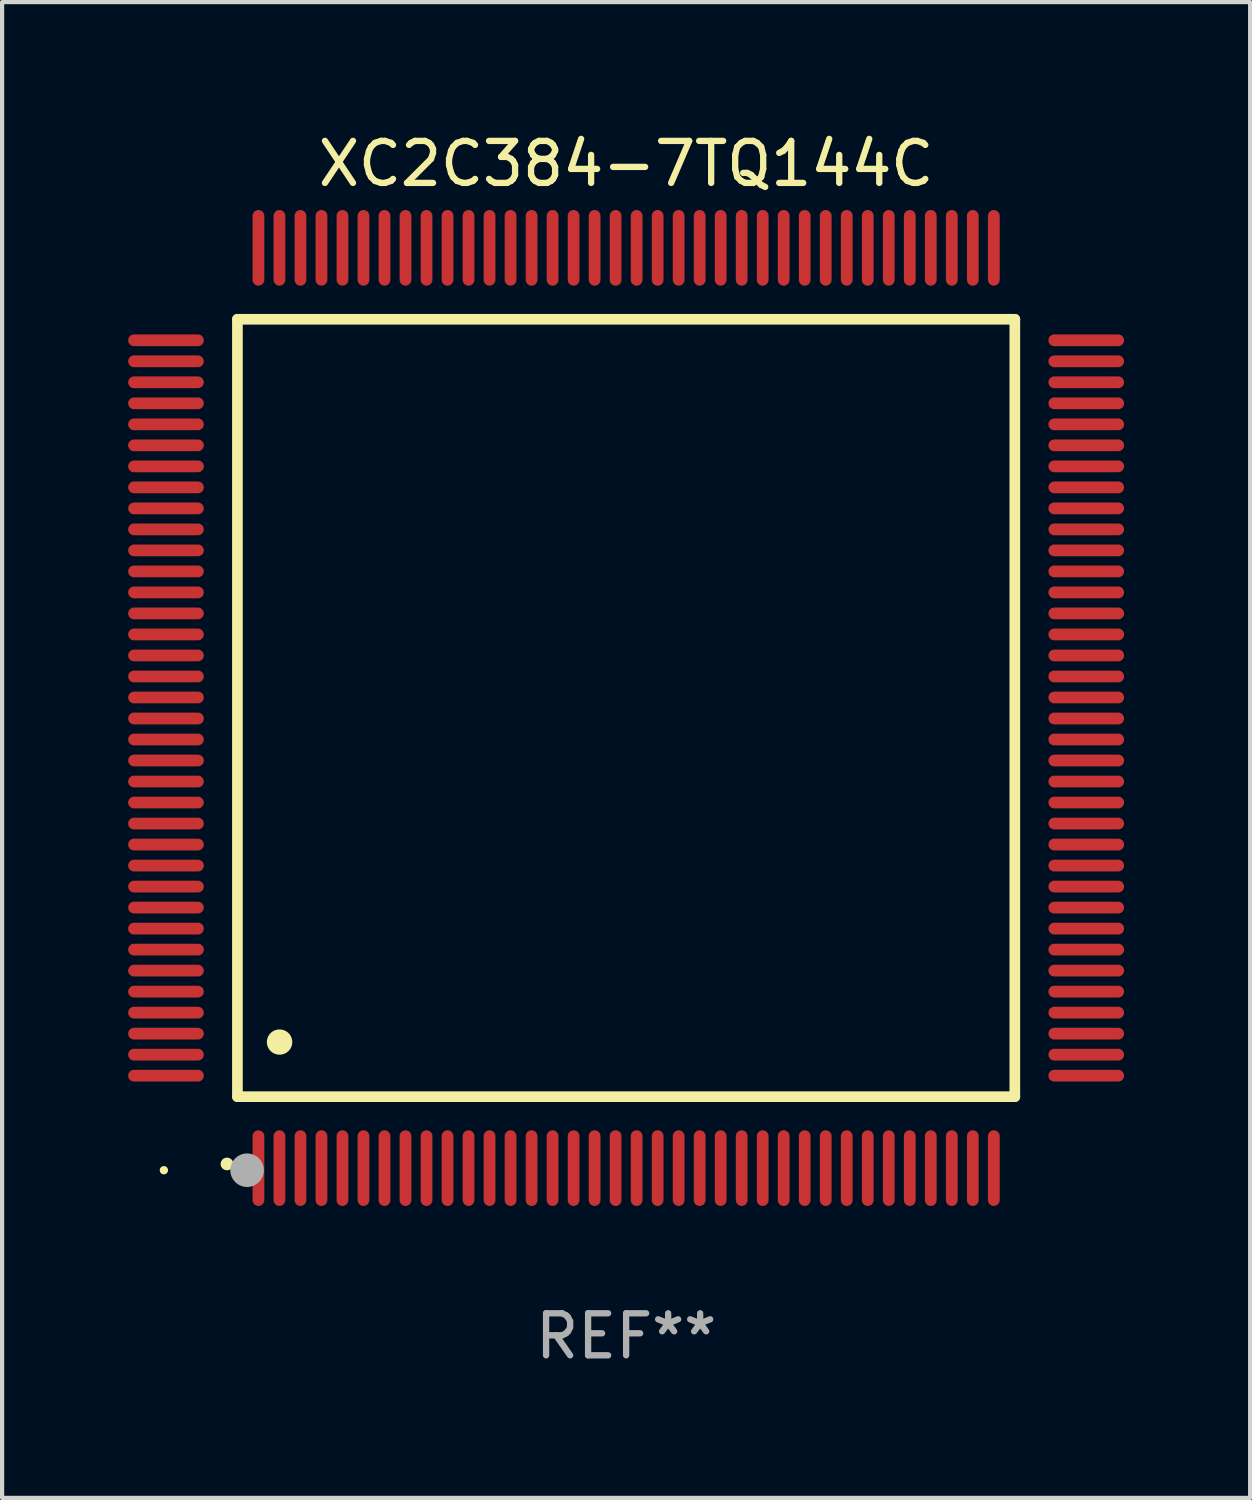
<source format=kicad_pcb>
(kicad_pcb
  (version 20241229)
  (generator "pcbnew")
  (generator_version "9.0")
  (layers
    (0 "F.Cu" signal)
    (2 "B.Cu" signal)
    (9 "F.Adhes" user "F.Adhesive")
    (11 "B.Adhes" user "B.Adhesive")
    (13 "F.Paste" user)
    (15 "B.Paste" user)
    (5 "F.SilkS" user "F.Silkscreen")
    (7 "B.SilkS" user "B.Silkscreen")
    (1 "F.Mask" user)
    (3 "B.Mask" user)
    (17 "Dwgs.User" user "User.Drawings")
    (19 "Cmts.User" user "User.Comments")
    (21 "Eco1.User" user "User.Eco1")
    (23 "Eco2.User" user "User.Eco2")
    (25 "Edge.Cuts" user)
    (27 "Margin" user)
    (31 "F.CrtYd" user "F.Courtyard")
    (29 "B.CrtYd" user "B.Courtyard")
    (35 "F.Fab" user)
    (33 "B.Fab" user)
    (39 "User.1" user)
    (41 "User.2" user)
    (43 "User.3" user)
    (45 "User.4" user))
  (footprint "XC2C384-7TQ144C"
    (layer "F.Cu")
    (at 11.85 13.798)
    (property "Reference" "XC2C384-7TQ144C" (at 0 -12.95 0) (layer "F.SilkS") (effects (font (size 1 1) (thickness 0.15))))
    (attr through_hole)
    (fp_line (start -9.25 -9.25) (end -9.25 9.25) (stroke (width 0.254) (type solid)) (layer "F.SilkS"))
    (fp_line (start -9.25 9.25) (end 9.25 9.25) (stroke (width 0.254) (type solid)) (layer "F.SilkS"))
    (fp_line (start 9.25 -9.25) (end -9.25 -9.25) (stroke (width 0.254) (type solid)) (layer "F.SilkS"))
    (fp_line (start 9.25 9.25) (end 9.25 -9.25) (stroke (width 0.254) (type solid)) (layer "F.SilkS"))
    (fp_arc (start -9.499619 10.850902) (mid -9.498349 10.850897) (end -9.497079 10.850902) (stroke (width 0.3) (type solid)) (layer "F.SilkS"))
    (fp_arc (start -8.249936 7.950216) (mid -8.247396 7.950205) (end -8.244856 7.950216) (stroke (width 0.6) (type solid)) (layer "F.SilkS"))
    (fp_circle (center -11 11) (end -10.95 11) (stroke (width 0.1) (type solid)) (fill no) (layer "F.SilkS"))
    (fp_circle (center -9.02 11) (end -8.82 11) (stroke (width 0.4) (type solid)) (fill no) (layer "F.Fab"))
    (fp_text user "REF**" (at 0 14.95 0) (layer "F.Fab") (effects (font (size 1 1) (thickness 0.15))))
    (pad "1" smd oval (at -8.75 10.95) (size 0.28 1.8) (layers "F.Cu" "F.Mask" "F.Paste"))
    (pad "2" smd oval (at -8.25 10.95) (size 0.28 1.8) (layers "F.Cu" "F.Mask" "F.Paste"))
    (pad "3" smd oval (at -7.75 10.95) (size 0.28 1.8) (layers "F.Cu" "F.Mask" "F.Paste"))
    (pad "4" smd oval (at -7.25 10.95) (size 0.28 1.8) (layers "F.Cu" "F.Mask" "F.Paste"))
    (pad "5" smd oval (at -6.75 10.95) (size 0.28 1.8) (layers "F.Cu" "F.Mask" "F.Paste"))
    (pad "6" smd oval (at -6.25 10.95) (size 0.28 1.8) (layers "F.Cu" "F.Mask" "F.Paste"))
    (pad "7" smd oval (at -5.75 10.95) (size 0.28 1.8) (layers "F.Cu" "F.Mask" "F.Paste"))
    (pad "8" smd oval (at -5.25 10.95) (size 0.28 1.8) (layers "F.Cu" "F.Mask" "F.Paste"))
    (pad "9" smd oval (at -4.75 10.95) (size 0.28 1.8) (layers "F.Cu" "F.Mask" "F.Paste"))
    (pad "10" smd oval (at -4.25 10.95) (size 0.28 1.8) (layers "F.Cu" "F.Mask" "F.Paste"))
    (pad "11" smd oval (at -3.75 10.95) (size 0.28 1.8) (layers "F.Cu" "F.Mask" "F.Paste"))
    (pad "12" smd oval (at -3.25 10.95) (size 0.28 1.8) (layers "F.Cu" "F.Mask" "F.Paste"))
    (pad "13" smd oval (at -2.75 10.95) (size 0.28 1.8) (layers "F.Cu" "F.Mask" "F.Paste"))
    (pad "14" smd oval (at -2.25 10.95) (size 0.28 1.8) (layers "F.Cu" "F.Mask" "F.Paste"))
    (pad "15" smd oval (at -1.75 10.95) (size 0.28 1.8) (layers "F.Cu" "F.Mask" "F.Paste"))
    (pad "16" smd oval (at -1.25 10.95) (size 0.28 1.8) (layers "F.Cu" "F.Mask" "F.Paste"))
    (pad "17" smd oval (at -0.75 10.95) (size 0.28 1.8) (layers "F.Cu" "F.Mask" "F.Paste"))
    (pad "18" smd oval (at -0.25 10.95) (size 0.28 1.8) (layers "F.Cu" "F.Mask" "F.Paste"))
    (pad "19" smd oval (at 0.25 10.95) (size 0.28 1.8) (layers "F.Cu" "F.Mask" "F.Paste"))
    (pad "20" smd oval (at 0.75 10.95) (size 0.28 1.8) (layers "F.Cu" "F.Mask" "F.Paste"))
    (pad "21" smd oval (at 1.25 10.95) (size 0.28 1.8) (layers "F.Cu" "F.Mask" "F.Paste"))
    (pad "22" smd oval (at 1.75 10.95) (size 0.28 1.8) (layers "F.Cu" "F.Mask" "F.Paste"))
    (pad "23" smd oval (at 2.25 10.95) (size 0.28 1.8) (layers "F.Cu" "F.Mask" "F.Paste"))
    (pad "24" smd oval (at 2.75 10.95) (size 0.28 1.8) (layers "F.Cu" "F.Mask" "F.Paste"))
    (pad "25" smd oval (at 3.25 10.95) (size 0.28 1.8) (layers "F.Cu" "F.Mask" "F.Paste"))
    (pad "26" smd oval (at 3.75 10.95) (size 0.28 1.8) (layers "F.Cu" "F.Mask" "F.Paste"))
    (pad "27" smd oval (at 4.25 10.95) (size 0.28 1.8) (layers "F.Cu" "F.Mask" "F.Paste"))
    (pad "28" smd oval (at 4.75 10.95) (size 0.28 1.8) (layers "F.Cu" "F.Mask" "F.Paste"))
    (pad "29" smd oval (at 5.25 10.95) (size 0.28 1.8) (layers "F.Cu" "F.Mask" "F.Paste"))
    (pad "30" smd oval (at 5.75 10.95) (size 0.28 1.8) (layers "F.Cu" "F.Mask" "F.Paste"))
    (pad "31" smd oval (at 6.25 10.95) (size 0.28 1.8) (layers "F.Cu" "F.Mask" "F.Paste"))
    (pad "32" smd oval (at 6.75 10.95) (size 0.28 1.8) (layers "F.Cu" "F.Mask" "F.Paste"))
    (pad "33" smd oval (at 7.25 10.95) (size 0.28 1.8) (layers "F.Cu" "F.Mask" "F.Paste"))
    (pad "34" smd oval (at 7.75 10.95) (size 0.28 1.8) (layers "F.Cu" "F.Mask" "F.Paste"))
    (pad "35" smd oval (at 8.25 10.95) (size 0.28 1.8) (layers "F.Cu" "F.Mask" "F.Paste"))
    (pad "36" smd oval (at 8.75 10.95) (size 0.28 1.8) (layers "F.Cu" "F.Mask" "F.Paste"))
    (pad "37" smd oval (at 10.95 8.75) (size 1.8 0.28) (layers "F.Cu" "F.Mask" "F.Paste"))
    (pad "38" smd oval (at 10.95 8.25) (size 1.8 0.28) (layers "F.Cu" "F.Mask" "F.Paste"))
    (pad "39" smd oval (at 10.95 7.75) (size 1.8 0.28) (layers "F.Cu" "F.Mask" "F.Paste"))
    (pad "40" smd oval (at 10.95 7.25) (size 1.8 0.28) (layers "F.Cu" "F.Mask" "F.Paste"))
    (pad "41" smd oval (at 10.95 6.75) (size 1.8 0.28) (layers "F.Cu" "F.Mask" "F.Paste"))
    (pad "42" smd oval (at 10.95 6.25) (size 1.8 0.28) (layers "F.Cu" "F.Mask" "F.Paste"))
    (pad "43" smd oval (at 10.95 5.75) (size 1.8 0.28) (layers "F.Cu" "F.Mask" "F.Paste"))
    (pad "44" smd oval (at 10.95 5.25) (size 1.8 0.28) (layers "F.Cu" "F.Mask" "F.Paste"))
    (pad "45" smd oval (at 10.95 4.75) (size 1.8 0.28) (layers "F.Cu" "F.Mask" "F.Paste"))
    (pad "46" smd oval (at 10.95 4.25) (size 1.8 0.28) (layers "F.Cu" "F.Mask" "F.Paste"))
    (pad "47" smd oval (at 10.95 3.75) (size 1.8 0.28) (layers "F.Cu" "F.Mask" "F.Paste"))
    (pad "48" smd oval (at 10.95 3.25) (size 1.8 0.28) (layers "F.Cu" "F.Mask" "F.Paste"))
    (pad "49" smd oval (at 10.95 2.75) (size 1.8 0.28) (layers "F.Cu" "F.Mask" "F.Paste"))
    (pad "50" smd oval (at 10.95 2.25) (size 1.8 0.28) (layers "F.Cu" "F.Mask" "F.Paste"))
    (pad "51" smd oval (at 10.95 1.75) (size 1.8 0.28) (layers "F.Cu" "F.Mask" "F.Paste"))
    (pad "52" smd oval (at 10.95 1.25) (size 1.8 0.28) (layers "F.Cu" "F.Mask" "F.Paste"))
    (pad "53" smd oval (at 10.95 0.75) (size 1.8 0.28) (layers "F.Cu" "F.Mask" "F.Paste"))
    (pad "54" smd oval (at 10.95 0.25) (size 1.8 0.28) (layers "F.Cu" "F.Mask" "F.Paste"))
    (pad "55" smd oval (at 10.95 -0.25) (size 1.8 0.28) (layers "F.Cu" "F.Mask" "F.Paste"))
    (pad "56" smd oval (at 10.95 -0.75) (size 1.8 0.28) (layers "F.Cu" "F.Mask" "F.Paste"))
    (pad "57" smd oval (at 10.95 -1.25) (size 1.8 0.28) (layers "F.Cu" "F.Mask" "F.Paste"))
    (pad "58" smd oval (at 10.95 -1.75) (size 1.8 0.28) (layers "F.Cu" "F.Mask" "F.Paste"))
    (pad "59" smd oval (at 10.95 -2.25) (size 1.8 0.28) (layers "F.Cu" "F.Mask" "F.Paste"))
    (pad "60" smd oval (at 10.95 -2.75) (size 1.8 0.28) (layers "F.Cu" "F.Mask" "F.Paste"))
    (pad "61" smd oval (at 10.95 -3.25) (size 1.8 0.28) (layers "F.Cu" "F.Mask" "F.Paste"))
    (pad "62" smd oval (at 10.95 -3.75) (size 1.8 0.28) (layers "F.Cu" "F.Mask" "F.Paste"))
    (pad "63" smd oval (at 10.95 -4.25) (size 1.8 0.28) (layers "F.Cu" "F.Mask" "F.Paste"))
    (pad "64" smd oval (at 10.95 -4.75) (size 1.8 0.28) (layers "F.Cu" "F.Mask" "F.Paste"))
    (pad "65" smd oval (at 10.95 -5.25) (size 1.8 0.28) (layers "F.Cu" "F.Mask" "F.Paste"))
    (pad "66" smd oval (at 10.95 -5.75) (size 1.8 0.28) (layers "F.Cu" "F.Mask" "F.Paste"))
    (pad "67" smd oval (at 10.95 -6.25) (size 1.8 0.28) (layers "F.Cu" "F.Mask" "F.Paste"))
    (pad "68" smd oval (at 10.95 -6.75) (size 1.8 0.28) (layers "F.Cu" "F.Mask" "F.Paste"))
    (pad "69" smd oval (at 10.95 -7.25) (size 1.8 0.28) (layers "F.Cu" "F.Mask" "F.Paste"))
    (pad "70" smd oval (at 10.95 -7.75) (size 1.8 0.28) (layers "F.Cu" "F.Mask" "F.Paste"))
    (pad "71" smd oval (at 10.95 -8.25) (size 1.8 0.28) (layers "F.Cu" "F.Mask" "F.Paste"))
    (pad "72" smd oval (at 10.95 -8.75) (size 1.8 0.28) (layers "F.Cu" "F.Mask" "F.Paste"))
    (pad "73" smd oval (at 8.75 -10.95) (size 0.28 1.8) (layers "F.Cu" "F.Mask" "F.Paste"))
    (pad "74" smd oval (at 8.25 -10.95) (size 0.28 1.8) (layers "F.Cu" "F.Mask" "F.Paste"))
    (pad "75" smd oval (at 7.75 -10.95) (size 0.28 1.8) (layers "F.Cu" "F.Mask" "F.Paste"))
    (pad "76" smd oval (at 7.25 -10.95) (size 0.28 1.8) (layers "F.Cu" "F.Mask" "F.Paste"))
    (pad "77" smd oval (at 6.75 -10.95) (size 0.28 1.8) (layers "F.Cu" "F.Mask" "F.Paste"))
    (pad "78" smd oval (at 6.25 -10.95) (size 0.28 1.8) (layers "F.Cu" "F.Mask" "F.Paste"))
    (pad "79" smd oval (at 5.75 -10.95) (size 0.28 1.8) (layers "F.Cu" "F.Mask" "F.Paste"))
    (pad "80" smd oval (at 5.25 -10.95) (size 0.28 1.8) (layers "F.Cu" "F.Mask" "F.Paste"))
    (pad "81" smd oval (at 4.75 -10.95) (size 0.28 1.8) (layers "F.Cu" "F.Mask" "F.Paste"))
    (pad "82" smd oval (at 4.25 -10.95) (size 0.28 1.8) (layers "F.Cu" "F.Mask" "F.Paste"))
    (pad "83" smd oval (at 3.75 -10.95) (size 0.28 1.8) (layers "F.Cu" "F.Mask" "F.Paste"))
    (pad "84" smd oval (at 3.25 -10.95) (size 0.28 1.8) (layers "F.Cu" "F.Mask" "F.Paste"))
    (pad "85" smd oval (at 2.75 -10.95) (size 0.28 1.8) (layers "F.Cu" "F.Mask" "F.Paste"))
    (pad "86" smd oval (at 2.25 -10.95) (size 0.28 1.8) (layers "F.Cu" "F.Mask" "F.Paste"))
    (pad "87" smd oval (at 1.75 -10.95) (size 0.28 1.8) (layers "F.Cu" "F.Mask" "F.Paste"))
    (pad "88" smd oval (at 1.25 -10.95) (size 0.28 1.8) (layers "F.Cu" "F.Mask" "F.Paste"))
    (pad "89" smd oval (at 0.75 -10.95) (size 0.28 1.8) (layers "F.Cu" "F.Mask" "F.Paste"))
    (pad "90" smd oval (at 0.25 -10.95) (size 0.28 1.8) (layers "F.Cu" "F.Mask" "F.Paste"))
    (pad "91" smd oval (at -0.25 -10.95) (size 0.28 1.8) (layers "F.Cu" "F.Mask" "F.Paste"))
    (pad "92" smd oval (at -0.75 -10.95) (size 0.28 1.8) (layers "F.Cu" "F.Mask" "F.Paste"))
    (pad "93" smd oval (at -1.25 -10.95) (size 0.28 1.8) (layers "F.Cu" "F.Mask" "F.Paste"))
    (pad "94" smd oval (at -1.75 -10.95) (size 0.28 1.8) (layers "F.Cu" "F.Mask" "F.Paste"))
    (pad "95" smd oval (at -2.25 -10.95) (size 0.28 1.8) (layers "F.Cu" "F.Mask" "F.Paste"))
    (pad "96" smd oval (at -2.75 -10.95) (size 0.28 1.8) (layers "F.Cu" "F.Mask" "F.Paste"))
    (pad "97" smd oval (at -3.25 -10.95) (size 0.28 1.8) (layers "F.Cu" "F.Mask" "F.Paste"))
    (pad "98" smd oval (at -3.75 -10.95) (size 0.28 1.8) (layers "F.Cu" "F.Mask" "F.Paste"))
    (pad "99" smd oval (at -4.25 -10.95) (size 0.28 1.8) (layers "F.Cu" "F.Mask" "F.Paste"))
    (pad "100" smd oval (at -4.75 -10.95) (size 0.28 1.8) (layers "F.Cu" "F.Mask" "F.Paste"))
    (pad "101" smd oval (at -5.25 -10.95) (size 0.28 1.8) (layers "F.Cu" "F.Mask" "F.Paste"))
    (pad "102" smd oval (at -5.75 -10.95) (size 0.28 1.8) (layers "F.Cu" "F.Mask" "F.Paste"))
    (pad "103" smd oval (at -6.25 -10.95) (size 0.28 1.8) (layers "F.Cu" "F.Mask" "F.Paste"))
    (pad "104" smd oval (at -6.75 -10.95) (size 0.28 1.8) (layers "F.Cu" "F.Mask" "F.Paste"))
    (pad "105" smd oval (at -7.25 -10.95) (size 0.28 1.8) (layers "F.Cu" "F.Mask" "F.Paste"))
    (pad "106" smd oval (at -7.75 -10.95) (size 0.28 1.8) (layers "F.Cu" "F.Mask" "F.Paste"))
    (pad "107" smd oval (at -8.25 -10.95) (size 0.28 1.8) (layers "F.Cu" "F.Mask" "F.Paste"))
    (pad "108" smd oval (at -8.75 -10.95) (size 0.28 1.8) (layers "F.Cu" "F.Mask" "F.Paste"))
    (pad "109" smd oval (at -10.95 -8.75) (size 1.8 0.28) (layers "F.Cu" "F.Mask" "F.Paste"))
    (pad "110" smd oval (at -10.95 -8.25) (size 1.8 0.28) (layers "F.Cu" "F.Mask" "F.Paste"))
    (pad "111" smd oval (at -10.95 -7.75) (size 1.8 0.28) (layers "F.Cu" "F.Mask" "F.Paste"))
    (pad "112" smd oval (at -10.95 -7.25) (size 1.8 0.28) (layers "F.Cu" "F.Mask" "F.Paste"))
    (pad "113" smd oval (at -10.95 -6.75) (size 1.8 0.28) (layers "F.Cu" "F.Mask" "F.Paste"))
    (pad "114" smd oval (at -10.95 -6.25) (size 1.8 0.28) (layers "F.Cu" "F.Mask" "F.Paste"))
    (pad "115" smd oval (at -10.95 -5.75) (size 1.8 0.28) (layers "F.Cu" "F.Mask" "F.Paste"))
    (pad "116" smd oval (at -10.95 -5.25) (size 1.8 0.28) (layers "F.Cu" "F.Mask" "F.Paste"))
    (pad "117" smd oval (at -10.95 -4.75) (size 1.8 0.28) (layers "F.Cu" "F.Mask" "F.Paste"))
    (pad "118" smd oval (at -10.95 -4.25) (size 1.8 0.28) (layers "F.Cu" "F.Mask" "F.Paste"))
    (pad "119" smd oval (at -10.95 -3.75) (size 1.8 0.28) (layers "F.Cu" "F.Mask" "F.Paste"))
    (pad "120" smd oval (at -10.95 -3.25) (size 1.8 0.28) (layers "F.Cu" "F.Mask" "F.Paste"))
    (pad "121" smd oval (at -10.95 -2.75) (size 1.8 0.28) (layers "F.Cu" "F.Mask" "F.Paste"))
    (pad "122" smd oval (at -10.95 -2.25) (size 1.8 0.28) (layers "F.Cu" "F.Mask" "F.Paste"))
    (pad "123" smd oval (at -10.95 -1.75) (size 1.8 0.28) (layers "F.Cu" "F.Mask" "F.Paste"))
    (pad "124" smd oval (at -10.95 -1.25) (size 1.8 0.28) (layers "F.Cu" "F.Mask" "F.Paste"))
    (pad "125" smd oval (at -10.95 -0.75) (size 1.8 0.28) (layers "F.Cu" "F.Mask" "F.Paste"))
    (pad "126" smd oval (at -10.95 -0.25) (size 1.8 0.28) (layers "F.Cu" "F.Mask" "F.Paste"))
    (pad "127" smd oval (at -10.95 0.25) (size 1.8 0.28) (layers "F.Cu" "F.Mask" "F.Paste"))
    (pad "128" smd oval (at -10.95 0.75) (size 1.8 0.28) (layers "F.Cu" "F.Mask" "F.Paste"))
    (pad "129" smd oval (at -10.95 1.25) (size 1.8 0.28) (layers "F.Cu" "F.Mask" "F.Paste"))
    (pad "130" smd oval (at -10.95 1.75) (size 1.8 0.28) (layers "F.Cu" "F.Mask" "F.Paste"))
    (pad "131" smd oval (at -10.95 2.25) (size 1.8 0.28) (layers "F.Cu" "F.Mask" "F.Paste"))
    (pad "132" smd oval (at -10.95 2.75) (size 1.8 0.28) (layers "F.Cu" "F.Mask" "F.Paste"))
    (pad "133" smd oval (at -10.95 3.25) (size 1.8 0.28) (layers "F.Cu" "F.Mask" "F.Paste"))
    (pad "134" smd oval (at -10.95 3.75) (size 1.8 0.28) (layers "F.Cu" "F.Mask" "F.Paste"))
    (pad "135" smd oval (at -10.95 4.25) (size 1.8 0.28) (layers "F.Cu" "F.Mask" "F.Paste"))
    (pad "136" smd oval (at -10.95 4.75) (size 1.8 0.28) (layers "F.Cu" "F.Mask" "F.Paste"))
    (pad "137" smd oval (at -10.95 5.25) (size 1.8 0.28) (layers "F.Cu" "F.Mask" "F.Paste"))
    (pad "138" smd oval (at -10.95 5.75) (size 1.8 0.28) (layers "F.Cu" "F.Mask" "F.Paste"))
    (pad "139" smd oval (at -10.95 6.25) (size 1.8 0.28) (layers "F.Cu" "F.Mask" "F.Paste"))
    (pad "140" smd oval (at -10.95 6.75) (size 1.8 0.28) (layers "F.Cu" "F.Mask" "F.Paste"))
    (pad "141" smd oval (at -10.95 7.25) (size 1.8 0.28) (layers "F.Cu" "F.Mask" "F.Paste"))
    (pad "142" smd oval (at -10.95 7.75) (size 1.8 0.28) (layers "F.Cu" "F.Mask" "F.Paste"))
    (pad "143" smd oval (at -10.95 8.25) (size 1.8 0.28) (layers "F.Cu" "F.Mask" "F.Paste"))
    (pad "144" smd oval (at -10.95 8.75) (size 1.8 0.28) (layers "F.Cu" "F.Mask" "F.Paste")))
  (gr_rect
    (start -3 -3)
    (end 26.7 32.596)
    (stroke (width 0.1) (type default))
    (fill no)
    (layer "Edge.Cuts")))
</source>
